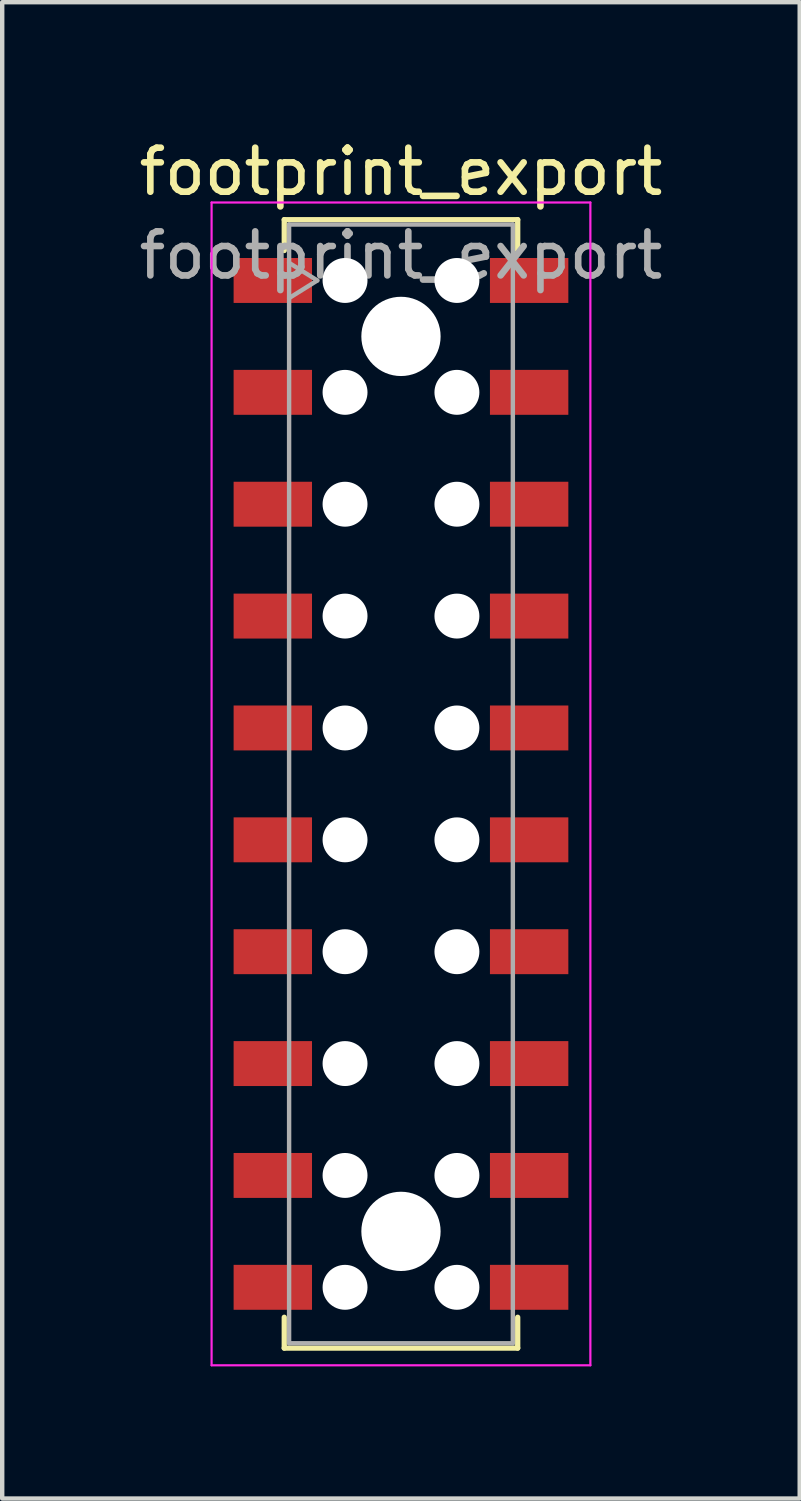
<source format=kicad_pcb>
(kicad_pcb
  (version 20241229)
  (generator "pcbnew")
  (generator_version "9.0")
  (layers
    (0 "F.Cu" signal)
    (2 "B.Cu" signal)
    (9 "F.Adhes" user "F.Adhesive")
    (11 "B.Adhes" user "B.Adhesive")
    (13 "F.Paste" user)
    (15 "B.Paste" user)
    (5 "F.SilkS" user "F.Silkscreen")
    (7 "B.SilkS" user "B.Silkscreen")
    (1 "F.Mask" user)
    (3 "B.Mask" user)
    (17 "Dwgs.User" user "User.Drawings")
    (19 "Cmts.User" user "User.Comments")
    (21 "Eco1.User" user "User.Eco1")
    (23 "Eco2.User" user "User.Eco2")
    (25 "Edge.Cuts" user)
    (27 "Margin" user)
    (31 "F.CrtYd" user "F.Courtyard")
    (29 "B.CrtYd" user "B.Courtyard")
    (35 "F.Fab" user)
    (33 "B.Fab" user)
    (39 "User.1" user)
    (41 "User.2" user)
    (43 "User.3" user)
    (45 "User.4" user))
  (footprint "footprint_export"
    (layer "F.Cu")
    (at 6.054 14.748)
    (property "Reference" "footprint_export" (at 0 -13.9 0) (layer "F.SilkS") (effects (font (size 1 1) (thickness 0.15))))
    (attr smd)
    (fp_line (start -2.65 -12.81) (end 2.65 -12.81) (stroke (width 0.12) (type solid)) (layer "F.SilkS"))
    (fp_line (start -2.65 -12.11) (end -2.65 -12.81) (stroke (width 0.12) (type solid)) (layer "F.SilkS"))
    (fp_line (start -2.65 12.11) (end -2.65 12.81) (stroke (width 0.12) (type solid)) (layer "F.SilkS"))
    (fp_line (start -2.65 12.81) (end 2.65 12.81) (stroke (width 0.12) (type solid)) (layer "F.SilkS"))
    (fp_line (start 2.65 -12.81) (end 2.65 -12.11) (stroke (width 0.12) (type solid)) (layer "F.SilkS"))
    (fp_line (start 2.65 12.81) (end 2.65 12.11) (stroke (width 0.12) (type solid)) (layer "F.SilkS"))
    (fp_line (start -4.3 -13.2) (end 4.3 -13.2) (stroke (width 0.05) (type solid)) (layer "F.CrtYd"))
    (fp_line (start -4.3 13.2) (end -4.3 -13.2) (stroke (width 0.05) (type solid)) (layer "F.CrtYd"))
    (fp_line (start 4.3 -13.2) (end 4.3 13.2) (stroke (width 0.05) (type solid)) (layer "F.CrtYd"))
    (fp_line (start 4.3 13.2) (end -4.3 13.2) (stroke (width 0.05) (type solid)) (layer "F.CrtYd"))
    (fp_line (start -2.54 -12.7) (end 2.54 -12.7) (stroke (width 0.1) (type solid)) (layer "F.Fab"))
    (fp_line (start -2.54 -11.83) (end -1.9 -11.43) (stroke (width 0.1) (type solid)) (layer "F.Fab"))
    (fp_line (start -2.54 12.7) (end -2.54 -12.7) (stroke (width 0.1) (type solid)) (layer "F.Fab"))
    (fp_line (start -1.9 -11.43) (end -2.54 -11.03) (stroke (width 0.1) (type solid)) (layer "F.Fab"))
    (fp_line (start 2.54 -12.7) (end 2.54 12.7) (stroke (width 0.1) (type solid)) (layer "F.Fab"))
    (fp_line (start 2.54 12.7) (end -2.54 12.7) (stroke (width 0.1) (type solid)) (layer "F.Fab"))
    (fp_text user "${REFERENCE}" (at 0 -12 0) (layer "F.Fab") (effects (font (size 1 1) (thickness 0.15))))
    (pad "" np_thru_hole circle (at -1.27 -11.43) (size 1.02 1.02) (drill 1.02) (layers "*.Cu" "*.Mask"))
    (pad "" np_thru_hole circle (at -1.27 -8.89) (size 1.02 1.02) (drill 1.02) (layers "*.Cu" "*.Mask"))
    (pad "" np_thru_hole circle (at -1.27 -6.35) (size 1.02 1.02) (drill 1.02) (layers "*.Cu" "*.Mask"))
    (pad "" np_thru_hole circle (at -1.27 -3.81) (size 1.02 1.02) (drill 1.02) (layers "*.Cu" "*.Mask"))
    (pad "" np_thru_hole circle (at -1.27 -1.27) (size 1.02 1.02) (drill 1.02) (layers "*.Cu" "*.Mask"))
    (pad "" np_thru_hole circle (at -1.27 1.27) (size 1.02 1.02) (drill 1.02) (layers "*.Cu" "*.Mask"))
    (pad "" np_thru_hole circle (at -1.27 3.81) (size 1.02 1.02) (drill 1.02) (layers "*.Cu" "*.Mask"))
    (pad "" np_thru_hole circle (at -1.27 6.35) (size 1.02 1.02) (drill 1.02) (layers "*.Cu" "*.Mask"))
    (pad "" np_thru_hole circle (at -1.27 8.89) (size 1.02 1.02) (drill 1.02) (layers "*.Cu" "*.Mask"))
    (pad "" np_thru_hole circle (at -1.27 11.43) (size 1.02 1.02) (drill 1.02) (layers "*.Cu" "*.Mask"))
    (pad "" np_thru_hole circle (at 0 -10.16) (size 1.8 1.8) (drill 1.8) (layers "*.Cu" "*.Mask"))
    (pad "" np_thru_hole circle (at 0 10.16) (size 1.8 1.8) (drill 1.8) (layers "*.Cu" "*.Mask"))
    (pad "" np_thru_hole circle (at 1.27 -11.43) (size 1.02 1.02) (drill 1.02) (layers "*.Cu" "*.Mask"))
    (pad "" np_thru_hole circle (at 1.27 -8.89) (size 1.02 1.02) (drill 1.02) (layers "*.Cu" "*.Mask"))
    (pad "" np_thru_hole circle (at 1.27 -6.35) (size 1.02 1.02) (drill 1.02) (layers "*.Cu" "*.Mask"))
    (pad "" np_thru_hole circle (at 1.27 -3.81) (size 1.02 1.02) (drill 1.02) (layers "*.Cu" "*.Mask"))
    (pad "" np_thru_hole circle (at 1.27 -1.27) (size 1.02 1.02) (drill 1.02) (layers "*.Cu" "*.Mask"))
    (pad "" np_thru_hole circle (at 1.27 1.27) (size 1.02 1.02) (drill 1.02) (layers "*.Cu" "*.Mask"))
    (pad "" np_thru_hole circle (at 1.27 3.81) (size 1.02 1.02) (drill 1.02) (layers "*.Cu" "*.Mask"))
    (pad "" np_thru_hole circle (at 1.27 6.35) (size 1.02 1.02) (drill 1.02) (layers "*.Cu" "*.Mask"))
    (pad "" np_thru_hole circle (at 1.27 8.89) (size 1.02 1.02) (drill 1.02) (layers "*.Cu" "*.Mask"))
    (pad "" np_thru_hole circle (at 1.27 11.43) (size 1.02 1.02) (drill 1.02) (layers "*.Cu" "*.Mask"))
    (pad "1" smd rect (at -2.91 -11.43) (size 1.78 1.02) (layers "F.Cu" "F.Mask" "F.Paste"))
    (pad "2" smd rect (at -2.91 -8.89) (size 1.78 1.02) (layers "F.Cu" "F.Mask" "F.Paste"))
    (pad "3" smd rect (at -2.91 -6.35) (size 1.78 1.02) (layers "F.Cu" "F.Mask" "F.Paste"))
    (pad "4" smd rect (at -2.91 -3.81) (size 1.78 1.02) (layers "F.Cu" "F.Mask" "F.Paste"))
    (pad "5" smd rect (at -2.91 -1.27) (size 1.78 1.02) (layers "F.Cu" "F.Mask" "F.Paste"))
    (pad "6" smd rect (at -2.91 1.27) (size 1.78 1.02) (layers "F.Cu" "F.Mask" "F.Paste"))
    (pad "7" smd rect (at -2.91 3.81) (size 1.78 1.02) (layers "F.Cu" "F.Mask" "F.Paste"))
    (pad "8" smd rect (at -2.91 6.35) (size 1.78 1.02) (layers "F.Cu" "F.Mask" "F.Paste"))
    (pad "9" smd rect (at -2.91 8.89) (size 1.78 1.02) (layers "F.Cu" "F.Mask" "F.Paste"))
    (pad "10" smd rect (at -2.91 11.43) (size 1.78 1.02) (layers "F.Cu" "F.Mask" "F.Paste"))
    (pad "11" smd rect (at 2.91 -11.43) (size 1.78 1.02) (layers "F.Cu" "F.Mask" "F.Paste"))
    (pad "12" smd rect (at 2.91 -8.89) (size 1.78 1.02) (layers "F.Cu" "F.Mask" "F.Paste"))
    (pad "13" smd rect (at 2.91 -6.35) (size 1.78 1.02) (layers "F.Cu" "F.Mask" "F.Paste"))
    (pad "14" smd rect (at 2.91 -3.81) (size 1.78 1.02) (layers "F.Cu" "F.Mask" "F.Paste"))
    (pad "15" smd rect (at 2.91 -1.27) (size 1.78 1.02) (layers "F.Cu" "F.Mask" "F.Paste"))
    (pad "16" smd rect (at 2.91 1.27) (size 1.78 1.02) (layers "F.Cu" "F.Mask" "F.Paste"))
    (pad "17" smd rect (at 2.91 3.81) (size 1.78 1.02) (layers "F.Cu" "F.Mask" "F.Paste"))
    (pad "18" smd rect (at 2.91 6.35) (size 1.78 1.02) (layers "F.Cu" "F.Mask" "F.Paste"))
    (pad "19" smd rect (at 2.91 8.89) (size 1.78 1.02) (layers "F.Cu" "F.Mask" "F.Paste"))
    (pad "20" smd rect (at 2.91 11.43) (size 1.78 1.02) (layers "F.Cu" "F.Mask" "F.Paste")))
  (gr_rect
    (start -3 -3)
    (end 15.107 30.973)
    (stroke (width 0.1) (type default))
    (fill no)
    (layer "Edge.Cuts")))
</source>
